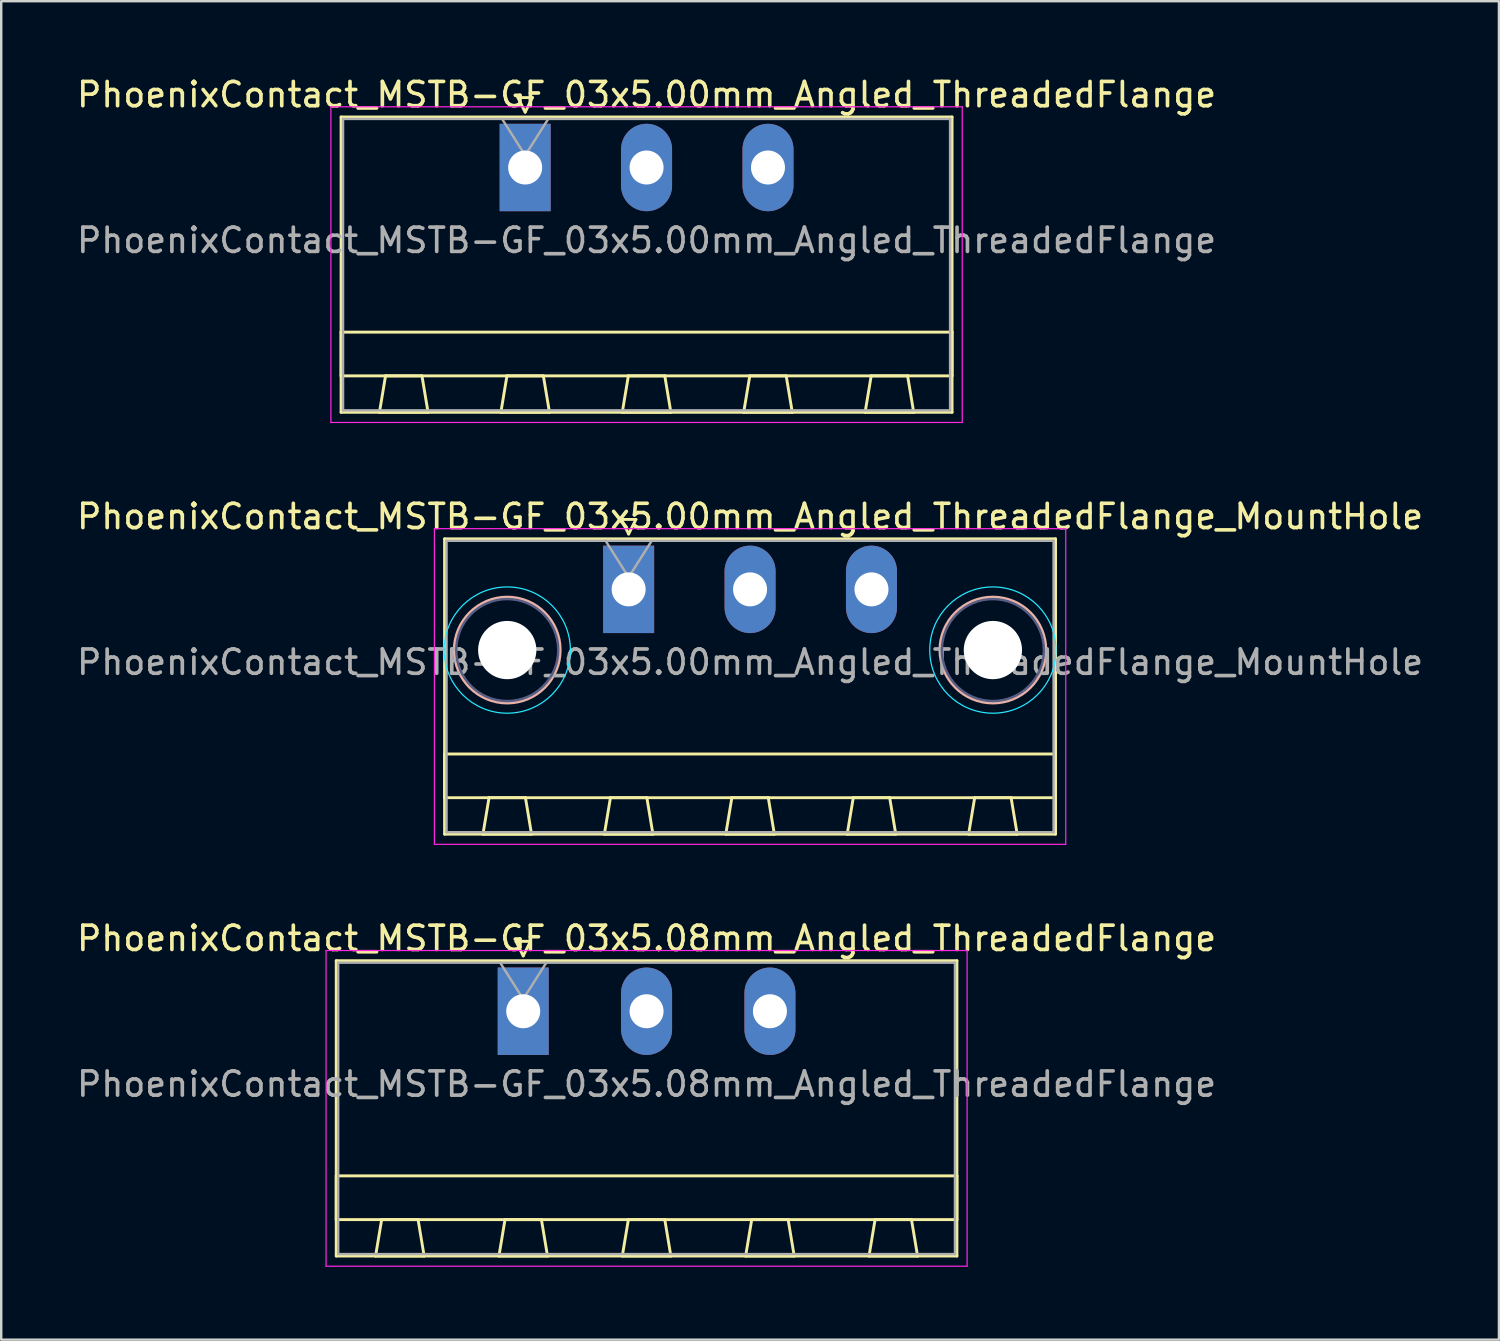
<source format=kicad_pcb>
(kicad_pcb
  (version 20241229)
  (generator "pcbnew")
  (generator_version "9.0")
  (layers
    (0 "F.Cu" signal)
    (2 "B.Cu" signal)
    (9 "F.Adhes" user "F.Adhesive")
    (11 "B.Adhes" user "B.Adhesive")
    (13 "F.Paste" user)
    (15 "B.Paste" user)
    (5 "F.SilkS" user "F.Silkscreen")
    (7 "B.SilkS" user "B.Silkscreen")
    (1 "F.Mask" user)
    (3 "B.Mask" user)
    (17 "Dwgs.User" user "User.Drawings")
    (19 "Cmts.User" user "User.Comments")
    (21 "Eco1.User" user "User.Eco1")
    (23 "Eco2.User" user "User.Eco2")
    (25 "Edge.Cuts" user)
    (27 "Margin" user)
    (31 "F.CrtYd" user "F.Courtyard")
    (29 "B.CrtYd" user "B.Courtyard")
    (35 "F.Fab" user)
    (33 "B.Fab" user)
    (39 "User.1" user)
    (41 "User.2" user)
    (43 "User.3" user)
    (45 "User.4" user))
  (footprint "PhoenixContact_MSTB-GF_03x5.00mm_Angled_ThreadedFlange_MountHole"
    (layer "F.Cu")
    (at 22.839 21.221)
    (property "Reference" "PhoenixContact_MSTB-GF_03x5.00mm_Angled_ThreadedFlange_MountHole" (at 5 -3 0) (layer "F.SilkS") (effects (font (size 1 1) (thickness 0.15))))
    (attr through_hole)
    (fp_line (start -7.58 -2.08) (end -7.58 10.08) (stroke (width 0.12) (type solid)) (layer "F.SilkS"))
    (fp_line (start -7.58 6.78) (end 17.58 6.78) (stroke (width 0.12) (type solid)) (layer "F.SilkS"))
    (fp_line (start -7.58 8.58) (end -7.58 6.78) (stroke (width 0.12) (type solid)) (layer "F.SilkS"))
    (fp_line (start -7.58 10.08) (end 17.58 10.08) (stroke (width 0.12) (type solid)) (layer "F.SilkS"))
    (fp_line (start -6 10.08) (end -4 10.08) (stroke (width 0.12) (type solid)) (layer "F.SilkS"))
    (fp_line (start -5.75 8.58) (end -6 10.08) (stroke (width 0.12) (type solid)) (layer "F.SilkS"))
    (fp_line (start -4.25 8.58) (end -5.75 8.58) (stroke (width 0.12) (type solid)) (layer "F.SilkS"))
    (fp_line (start -4 10.08) (end -4.25 8.58) (stroke (width 0.12) (type solid)) (layer "F.SilkS"))
    (fp_line (start -1 10.08) (end 1 10.08) (stroke (width 0.12) (type solid)) (layer "F.SilkS"))
    (fp_line (start -0.75 8.58) (end -1 10.08) (stroke (width 0.12) (type solid)) (layer "F.SilkS"))
    (fp_line (start -0.3 -2.88) (end 0.3 -2.88) (stroke (width 0.12) (type solid)) (layer "F.SilkS"))
    (fp_line (start 0 -2.28) (end -0.3 -2.88) (stroke (width 0.12) (type solid)) (layer "F.SilkS"))
    (fp_line (start 0.3 -2.88) (end 0 -2.28) (stroke (width 0.12) (type solid)) (layer "F.SilkS"))
    (fp_line (start 0.75 8.58) (end -0.75 8.58) (stroke (width 0.12) (type solid)) (layer "F.SilkS"))
    (fp_line (start 1 10.08) (end 0.75 8.58) (stroke (width 0.12) (type solid)) (layer "F.SilkS"))
    (fp_line (start 4 10.08) (end 6 10.08) (stroke (width 0.12) (type solid)) (layer "F.SilkS"))
    (fp_line (start 4.25 8.58) (end 4 10.08) (stroke (width 0.12) (type solid)) (layer "F.SilkS"))
    (fp_line (start 5.75 8.58) (end 4.25 8.58) (stroke (width 0.12) (type solid)) (layer "F.SilkS"))
    (fp_line (start 6 10.08) (end 5.75 8.58) (stroke (width 0.12) (type solid)) (layer "F.SilkS"))
    (fp_line (start 9 10.08) (end 11 10.08) (stroke (width 0.12) (type solid)) (layer "F.SilkS"))
    (fp_line (start 9.25 8.58) (end 9 10.08) (stroke (width 0.12) (type solid)) (layer "F.SilkS"))
    (fp_line (start 10.75 8.58) (end 9.25 8.58) (stroke (width 0.12) (type solid)) (layer "F.SilkS"))
    (fp_line (start 11 10.08) (end 10.75 8.58) (stroke (width 0.12) (type solid)) (layer "F.SilkS"))
    (fp_line (start 14 10.08) (end 16 10.08) (stroke (width 0.12) (type solid)) (layer "F.SilkS"))
    (fp_line (start 14.25 8.58) (end 14 10.08) (stroke (width 0.12) (type solid)) (layer "F.SilkS"))
    (fp_line (start 15.75 8.58) (end 14.25 8.58) (stroke (width 0.12) (type solid)) (layer "F.SilkS"))
    (fp_line (start 16 10.08) (end 15.75 8.58) (stroke (width 0.12) (type solid)) (layer "F.SilkS"))
    (fp_line (start 17.58 -2.08) (end -7.58 -2.08) (stroke (width 0.12) (type solid)) (layer "F.SilkS"))
    (fp_line (start 17.58 6.78) (end 17.58 8.58) (stroke (width 0.12) (type solid)) (layer "F.SilkS"))
    (fp_line (start 17.58 8.58) (end -7.58 8.58) (stroke (width 0.12) (type solid)) (layer "F.SilkS"))
    (fp_line (start 17.58 10.08) (end 17.58 -2.08) (stroke (width 0.12) (type solid)) (layer "F.SilkS"))
    (fp_circle (center -5 2.5) (end -2.82 2.5) (stroke (width 0.12) (type solid)) (fill no) (layer "B.SilkS"))
    (fp_circle (center 15 2.5) (end 17.18 2.5) (stroke (width 0.12) (type solid)) (fill no) (layer "B.SilkS"))
    (fp_circle (center -5 2.5) (end -2.4 2.5) (stroke (width 0.05) (type solid)) (fill no) (layer "B.CrtYd"))
    (fp_circle (center 15 2.5) (end 17.6 2.5) (stroke (width 0.05) (type solid)) (fill no) (layer "B.CrtYd"))
    (fp_line (start -8 -2.5) (end -8 10.5) (stroke (width 0.05) (type solid)) (layer "F.CrtYd"))
    (fp_line (start -8 10.5) (end 18 10.5) (stroke (width 0.05) (type solid)) (layer "F.CrtYd"))
    (fp_line (start 18 -2.5) (end -8 -2.5) (stroke (width 0.05) (type solid)) (layer "F.CrtYd"))
    (fp_line (start 18 10.5) (end 18 -2.5) (stroke (width 0.05) (type solid)) (layer "F.CrtYd"))
    (fp_circle (center -5 2.5) (end -2.9 2.5) (stroke (width 0.1) (type solid)) (fill no) (layer "B.Fab"))
    (fp_circle (center 15 2.5) (end 17.1 2.5) (stroke (width 0.1) (type solid)) (fill no) (layer "B.Fab"))
    (fp_line (start -7.5 -2) (end -7.5 10) (stroke (width 0.1) (type solid)) (layer "F.Fab"))
    (fp_line (start -7.5 10) (end 17.5 10) (stroke (width 0.1) (type solid)) (layer "F.Fab"))
    (fp_line (start 0 -0.5) (end -0.95 -2) (stroke (width 0.1) (type solid)) (layer "F.Fab"))
    (fp_line (start 0.95 -2) (end 0 -0.5) (stroke (width 0.1) (type solid)) (layer "F.Fab"))
    (fp_line (start 17.5 -2) (end -7.5 -2) (stroke (width 0.1) (type solid)) (layer "F.Fab"))
    (fp_line (start 17.5 10) (end 17.5 -2) (stroke (width 0.1) (type solid)) (layer "F.Fab"))
    (fp_text user "${REFERENCE}" (at 5 3 0) (layer "F.Fab") (effects (font (size 1 1) (thickness 0.15))))
    (pad "" np_thru_hole circle (at -5 2.5) (size 2.4 2.4) (drill 2.4) (layers "*.Cu" "*.Mask"))
    (pad "" np_thru_hole circle (at 15 2.5) (size 2.4 2.4) (drill 2.4) (layers "*.Cu" "*.Mask"))
    (pad "1" thru_hole rect (at 0 0) (size 2.1 3.6) (drill 1.4) (layers "*.Cu" "*.Mask"))
    (pad "2" thru_hole oval (at 5 0) (size 2.1 3.6) (drill 1.4) (layers "*.Cu" "*.Mask"))
    (pad "3" thru_hole oval (at 10 0) (size 2.1 3.6) (drill 1.4) (layers "*.Cu" "*.Mask")))
  (footprint "PhoenixContact_MSTB-GF_03x5.08mm_Angled_ThreadedFlange"
    (layer "F.Cu")
    (at 18.497 38.595)
    (property "Reference" "PhoenixContact_MSTB-GF_03x5.08mm_Angled_ThreadedFlange" (at 5.08 -3 0) (layer "F.SilkS") (effects (font (size 1 1) (thickness 0.15))))
    (attr through_hole)
    (fp_line (start -7.7 -2.08) (end -7.7 10.08) (stroke (width 0.12) (type solid)) (layer "F.SilkS"))
    (fp_line (start -7.7 6.78) (end 17.86 6.78) (stroke (width 0.12) (type solid)) (layer "F.SilkS"))
    (fp_line (start -7.7 8.58) (end -7.7 6.78) (stroke (width 0.12) (type solid)) (layer "F.SilkS"))
    (fp_line (start -7.7 10.08) (end 17.86 10.08) (stroke (width 0.12) (type solid)) (layer "F.SilkS"))
    (fp_line (start -6.08 10.08) (end -4.08 10.08) (stroke (width 0.12) (type solid)) (layer "F.SilkS"))
    (fp_line (start -5.83 8.58) (end -6.08 10.08) (stroke (width 0.12) (type solid)) (layer "F.SilkS"))
    (fp_line (start -4.33 8.58) (end -5.83 8.58) (stroke (width 0.12) (type solid)) (layer "F.SilkS"))
    (fp_line (start -4.08 10.08) (end -4.33 8.58) (stroke (width 0.12) (type solid)) (layer "F.SilkS"))
    (fp_line (start -1 10.08) (end 1 10.08) (stroke (width 0.12) (type solid)) (layer "F.SilkS"))
    (fp_line (start -0.75 8.58) (end -1 10.08) (stroke (width 0.12) (type solid)) (layer "F.SilkS"))
    (fp_line (start -0.3 -2.88) (end 0.3 -2.88) (stroke (width 0.12) (type solid)) (layer "F.SilkS"))
    (fp_line (start 0 -2.28) (end -0.3 -2.88) (stroke (width 0.12) (type solid)) (layer "F.SilkS"))
    (fp_line (start 0.3 -2.88) (end 0 -2.28) (stroke (width 0.12) (type solid)) (layer "F.SilkS"))
    (fp_line (start 0.75 8.58) (end -0.75 8.58) (stroke (width 0.12) (type solid)) (layer "F.SilkS"))
    (fp_line (start 1 10.08) (end 0.75 8.58) (stroke (width 0.12) (type solid)) (layer "F.SilkS"))
    (fp_line (start 4.08 10.08) (end 6.08 10.08) (stroke (width 0.12) (type solid)) (layer "F.SilkS"))
    (fp_line (start 4.33 8.58) (end 4.08 10.08) (stroke (width 0.12) (type solid)) (layer "F.SilkS"))
    (fp_line (start 5.83 8.58) (end 4.33 8.58) (stroke (width 0.12) (type solid)) (layer "F.SilkS"))
    (fp_line (start 6.08 10.08) (end 5.83 8.58) (stroke (width 0.12) (type solid)) (layer "F.SilkS"))
    (fp_line (start 9.16 10.08) (end 11.16 10.08) (stroke (width 0.12) (type solid)) (layer "F.SilkS"))
    (fp_line (start 9.41 8.58) (end 9.16 10.08) (stroke (width 0.12) (type solid)) (layer "F.SilkS"))
    (fp_line (start 10.91 8.58) (end 9.41 8.58) (stroke (width 0.12) (type solid)) (layer "F.SilkS"))
    (fp_line (start 11.16 10.08) (end 10.91 8.58) (stroke (width 0.12) (type solid)) (layer "F.SilkS"))
    (fp_line (start 14.24 10.08) (end 16.24 10.08) (stroke (width 0.12) (type solid)) (layer "F.SilkS"))
    (fp_line (start 14.49 8.58) (end 14.24 10.08) (stroke (width 0.12) (type solid)) (layer "F.SilkS"))
    (fp_line (start 15.99 8.58) (end 14.49 8.58) (stroke (width 0.12) (type solid)) (layer "F.SilkS"))
    (fp_line (start 16.24 10.08) (end 15.99 8.58) (stroke (width 0.12) (type solid)) (layer "F.SilkS"))
    (fp_line (start 17.86 -2.08) (end -7.7 -2.08) (stroke (width 0.12) (type solid)) (layer "F.SilkS"))
    (fp_line (start 17.86 6.78) (end 17.86 8.58) (stroke (width 0.12) (type solid)) (layer "F.SilkS"))
    (fp_line (start 17.86 8.58) (end -7.7 8.58) (stroke (width 0.12) (type solid)) (layer "F.SilkS"))
    (fp_line (start 17.86 10.08) (end 17.86 -2.08) (stroke (width 0.12) (type solid)) (layer "F.SilkS"))
    (fp_line (start -8.12 -2.5) (end -8.12 10.5) (stroke (width 0.05) (type solid)) (layer "F.CrtYd"))
    (fp_line (start -8.12 10.5) (end 18.28 10.5) (stroke (width 0.05) (type solid)) (layer "F.CrtYd"))
    (fp_line (start 18.28 -2.5) (end -8.12 -2.5) (stroke (width 0.05) (type solid)) (layer "F.CrtYd"))
    (fp_line (start 18.28 10.5) (end 18.28 -2.5) (stroke (width 0.05) (type solid)) (layer "F.CrtYd"))
    (fp_line (start -7.62 -2) (end -7.62 10) (stroke (width 0.1) (type solid)) (layer "F.Fab"))
    (fp_line (start -7.62 10) (end 17.78 10) (stroke (width 0.1) (type solid)) (layer "F.Fab"))
    (fp_line (start 0 -0.5) (end -0.95 -2) (stroke (width 0.1) (type solid)) (layer "F.Fab"))
    (fp_line (start 0.95 -2) (end 0 -0.5) (stroke (width 0.1) (type solid)) (layer "F.Fab"))
    (fp_line (start 17.78 -2) (end -7.62 -2) (stroke (width 0.1) (type solid)) (layer "F.Fab"))
    (fp_line (start 17.78 10) (end 17.78 -2) (stroke (width 0.1) (type solid)) (layer "F.Fab"))
    (fp_text user "${REFERENCE}" (at 5.08 3 0) (layer "F.Fab") (effects (font (size 1 1) (thickness 0.15))))
    (pad "1" thru_hole rect (at 0 0) (size 2.1 3.6) (drill 1.4) (layers "*.Cu" "*.Mask"))
    (pad "2" thru_hole oval (at 5.08 0) (size 2.1 3.6) (drill 1.4) (layers "*.Cu" "*.Mask"))
    (pad "3" thru_hole oval (at 10.16 0) (size 2.1 3.6) (drill 1.4) (layers "*.Cu" "*.Mask")))
  (footprint "PhoenixContact_MSTB-GF_03x5.00mm_Angled_ThreadedFlange"
    (layer "F.Cu")
    (at 18.577 3.848)
    (property "Reference" "PhoenixContact_MSTB-GF_03x5.00mm_Angled_ThreadedFlange" (at 5 -3 0) (layer "F.SilkS") (effects (font (size 1 1) (thickness 0.15))))
    (attr through_hole)
    (fp_line (start -7.58 -2.08) (end -7.58 10.08) (stroke (width 0.12) (type solid)) (layer "F.SilkS"))
    (fp_line (start -7.58 6.78) (end 17.58 6.78) (stroke (width 0.12) (type solid)) (layer "F.SilkS"))
    (fp_line (start -7.58 8.58) (end -7.58 6.78) (stroke (width 0.12) (type solid)) (layer "F.SilkS"))
    (fp_line (start -7.58 10.08) (end 17.58 10.08) (stroke (width 0.12) (type solid)) (layer "F.SilkS"))
    (fp_line (start -6 10.08) (end -4 10.08) (stroke (width 0.12) (type solid)) (layer "F.SilkS"))
    (fp_line (start -5.75 8.58) (end -6 10.08) (stroke (width 0.12) (type solid)) (layer "F.SilkS"))
    (fp_line (start -4.25 8.58) (end -5.75 8.58) (stroke (width 0.12) (type solid)) (layer "F.SilkS"))
    (fp_line (start -4 10.08) (end -4.25 8.58) (stroke (width 0.12) (type solid)) (layer "F.SilkS"))
    (fp_line (start -1 10.08) (end 1 10.08) (stroke (width 0.12) (type solid)) (layer "F.SilkS"))
    (fp_line (start -0.75 8.58) (end -1 10.08) (stroke (width 0.12) (type solid)) (layer "F.SilkS"))
    (fp_line (start -0.3 -2.88) (end 0.3 -2.88) (stroke (width 0.12) (type solid)) (layer "F.SilkS"))
    (fp_line (start 0 -2.28) (end -0.3 -2.88) (stroke (width 0.12) (type solid)) (layer "F.SilkS"))
    (fp_line (start 0.3 -2.88) (end 0 -2.28) (stroke (width 0.12) (type solid)) (layer "F.SilkS"))
    (fp_line (start 0.75 8.58) (end -0.75 8.58) (stroke (width 0.12) (type solid)) (layer "F.SilkS"))
    (fp_line (start 1 10.08) (end 0.75 8.58) (stroke (width 0.12) (type solid)) (layer "F.SilkS"))
    (fp_line (start 4 10.08) (end 6 10.08) (stroke (width 0.12) (type solid)) (layer "F.SilkS"))
    (fp_line (start 4.25 8.58) (end 4 10.08) (stroke (width 0.12) (type solid)) (layer "F.SilkS"))
    (fp_line (start 5.75 8.58) (end 4.25 8.58) (stroke (width 0.12) (type solid)) (layer "F.SilkS"))
    (fp_line (start 6 10.08) (end 5.75 8.58) (stroke (width 0.12) (type solid)) (layer "F.SilkS"))
    (fp_line (start 9 10.08) (end 11 10.08) (stroke (width 0.12) (type solid)) (layer "F.SilkS"))
    (fp_line (start 9.25 8.58) (end 9 10.08) (stroke (width 0.12) (type solid)) (layer "F.SilkS"))
    (fp_line (start 10.75 8.58) (end 9.25 8.58) (stroke (width 0.12) (type solid)) (layer "F.SilkS"))
    (fp_line (start 11 10.08) (end 10.75 8.58) (stroke (width 0.12) (type solid)) (layer "F.SilkS"))
    (fp_line (start 14 10.08) (end 16 10.08) (stroke (width 0.12) (type solid)) (layer "F.SilkS"))
    (fp_line (start 14.25 8.58) (end 14 10.08) (stroke (width 0.12) (type solid)) (layer "F.SilkS"))
    (fp_line (start 15.75 8.58) (end 14.25 8.58) (stroke (width 0.12) (type solid)) (layer "F.SilkS"))
    (fp_line (start 16 10.08) (end 15.75 8.58) (stroke (width 0.12) (type solid)) (layer "F.SilkS"))
    (fp_line (start 17.58 -2.08) (end -7.58 -2.08) (stroke (width 0.12) (type solid)) (layer "F.SilkS"))
    (fp_line (start 17.58 6.78) (end 17.58 8.58) (stroke (width 0.12) (type solid)) (layer "F.SilkS"))
    (fp_line (start 17.58 8.58) (end -7.58 8.58) (stroke (width 0.12) (type solid)) (layer "F.SilkS"))
    (fp_line (start 17.58 10.08) (end 17.58 -2.08) (stroke (width 0.12) (type solid)) (layer "F.SilkS"))
    (fp_line (start -8 -2.5) (end -8 10.5) (stroke (width 0.05) (type solid)) (layer "F.CrtYd"))
    (fp_line (start -8 10.5) (end 18 10.5) (stroke (width 0.05) (type solid)) (layer "F.CrtYd"))
    (fp_line (start 18 -2.5) (end -8 -2.5) (stroke (width 0.05) (type solid)) (layer "F.CrtYd"))
    (fp_line (start 18 10.5) (end 18 -2.5) (stroke (width 0.05) (type solid)) (layer "F.CrtYd"))
    (fp_line (start -7.5 -2) (end -7.5 10) (stroke (width 0.1) (type solid)) (layer "F.Fab"))
    (fp_line (start -7.5 10) (end 17.5 10) (stroke (width 0.1) (type solid)) (layer "F.Fab"))
    (fp_line (start 0 -0.5) (end -0.95 -2) (stroke (width 0.1) (type solid)) (layer "F.Fab"))
    (fp_line (start 0.95 -2) (end 0 -0.5) (stroke (width 0.1) (type solid)) (layer "F.Fab"))
    (fp_line (start 17.5 -2) (end -7.5 -2) (stroke (width 0.1) (type solid)) (layer "F.Fab"))
    (fp_line (start 17.5 10) (end 17.5 -2) (stroke (width 0.1) (type solid)) (layer "F.Fab"))
    (fp_text user "${REFERENCE}" (at 5 3 0) (layer "F.Fab") (effects (font (size 1 1) (thickness 0.15))))
    (pad "1" thru_hole rect (at 0 0) (size 2.1 3.6) (drill 1.4) (layers "*.Cu" "*.Mask"))
    (pad "2" thru_hole oval (at 5 0) (size 2.1 3.6) (drill 1.4) (layers "*.Cu" "*.Mask"))
    (pad "3" thru_hole oval (at 10 0) (size 2.1 3.6) (drill 1.4) (layers "*.Cu" "*.Mask")))
  (gr_rect
    (start -3 -3)
    (end 58.679 52.12)
    (stroke (width 0.1) (type default))
    (fill no)
    (layer "Edge.Cuts")))
</source>
